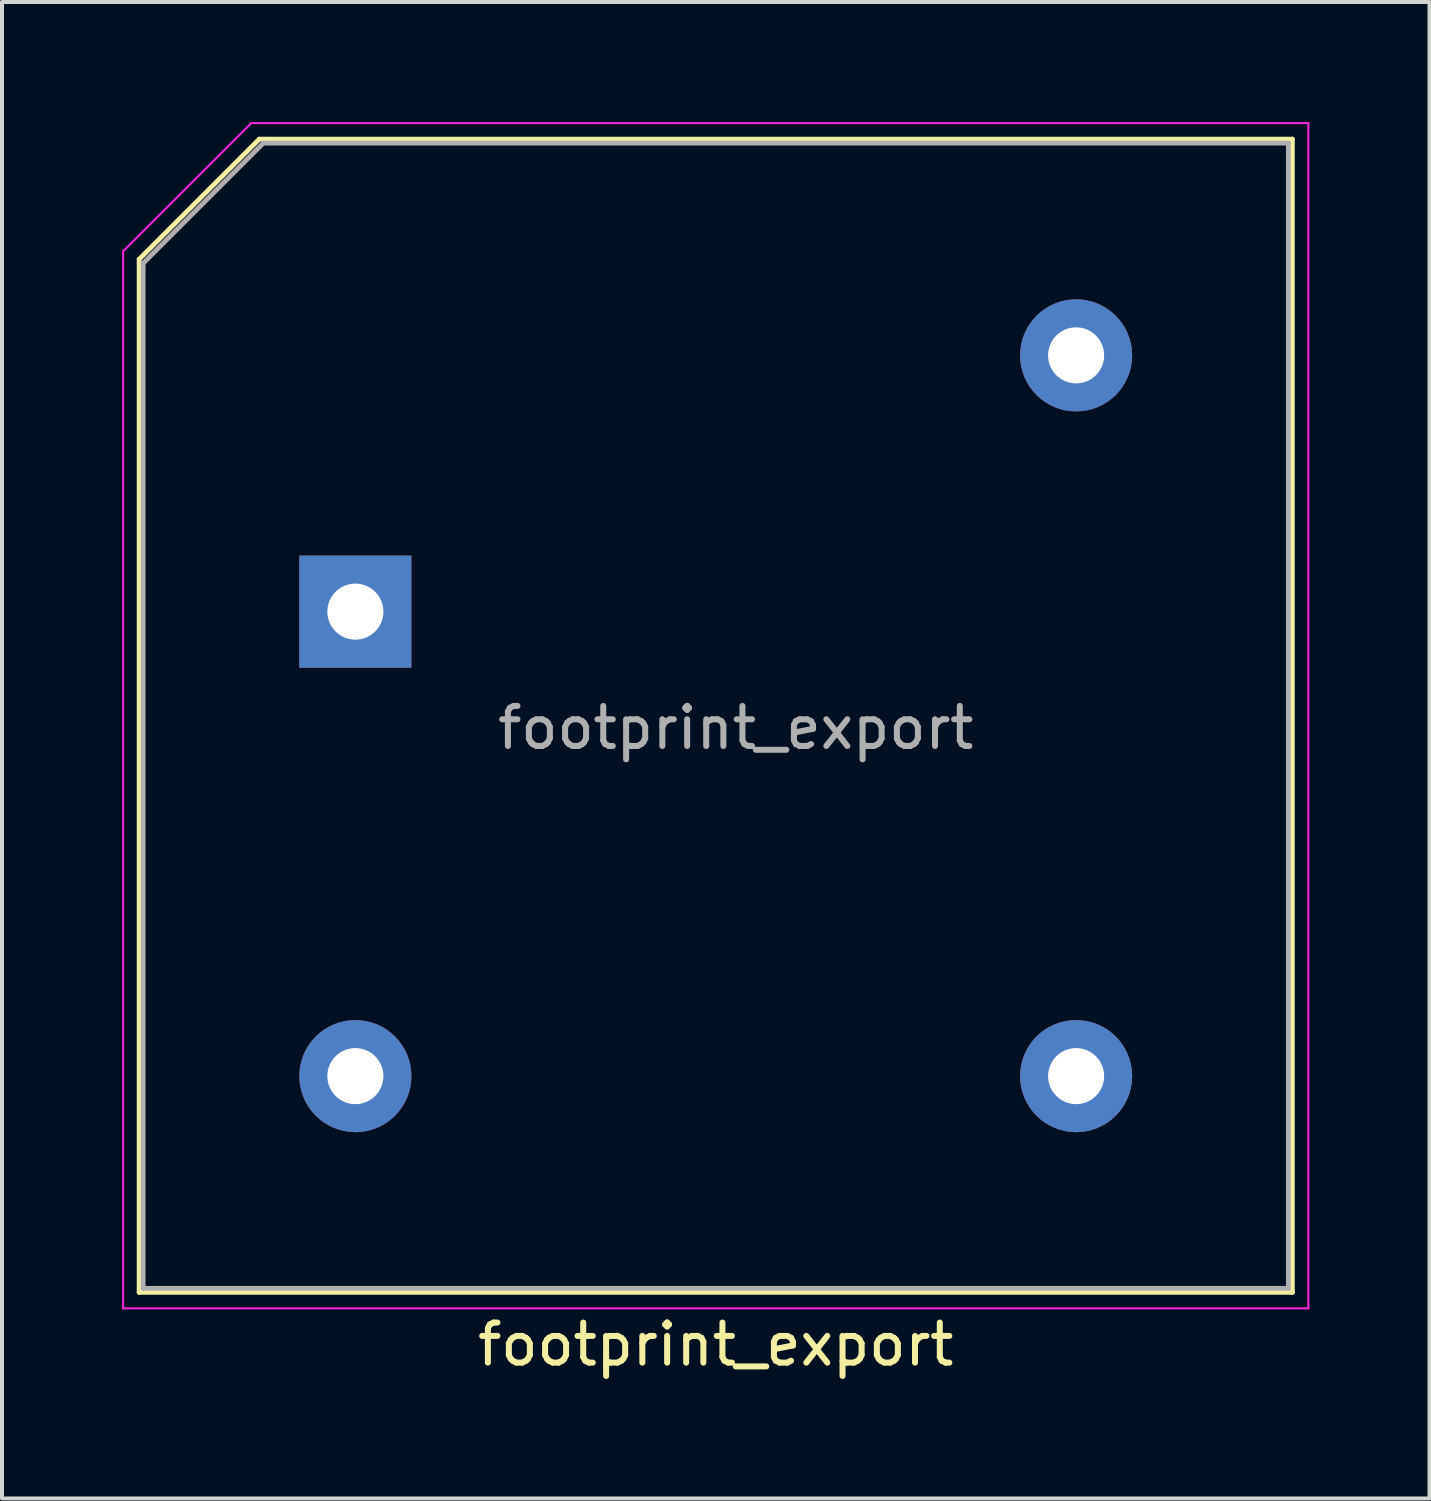
<source format=kicad_pcb>
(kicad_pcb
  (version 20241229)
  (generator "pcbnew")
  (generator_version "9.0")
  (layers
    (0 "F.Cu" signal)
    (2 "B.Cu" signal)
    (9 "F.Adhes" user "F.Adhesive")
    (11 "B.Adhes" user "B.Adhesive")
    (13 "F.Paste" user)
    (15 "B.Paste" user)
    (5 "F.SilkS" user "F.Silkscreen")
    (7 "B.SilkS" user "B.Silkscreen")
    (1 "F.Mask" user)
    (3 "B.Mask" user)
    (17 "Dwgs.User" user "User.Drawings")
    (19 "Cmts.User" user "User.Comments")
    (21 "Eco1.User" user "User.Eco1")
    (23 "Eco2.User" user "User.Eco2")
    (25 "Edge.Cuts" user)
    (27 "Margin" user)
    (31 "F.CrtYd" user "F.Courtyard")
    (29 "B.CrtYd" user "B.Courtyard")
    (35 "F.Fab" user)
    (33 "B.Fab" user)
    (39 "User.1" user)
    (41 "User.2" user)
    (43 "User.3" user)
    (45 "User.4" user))
  (footprint "footprint_export"
    (layer "F.Cu")
    (at 5.825 12.225)
    (property "Reference" "footprint_export" (at 9 18.3 180) (layer "F.SilkS") (effects (font (size 1 1) (thickness 0.15))))
    (attr through_hole)
    (fp_line (start -5.4 -8.8) (end -5.4 17) (stroke (width 0.12) (type solid)) (layer "F.SilkS"))
    (fp_line (start -5.4 17) (end 23.4 17) (stroke (width 0.12) (type solid)) (layer "F.SilkS"))
    (fp_line (start -2.4 -11.8) (end -5.4 -8.8) (stroke (width 0.12) (type solid)) (layer "F.SilkS"))
    (fp_line (start 23.4 -11.8) (end -2.4 -11.8) (stroke (width 0.12) (type solid)) (layer "F.SilkS"))
    (fp_line (start 23.4 17) (end 23.4 -11.8) (stroke (width 0.12) (type solid)) (layer "F.SilkS"))
    (fp_line (start -5.8 -9) (end -5.8 17.4) (stroke (width 0.05) (type solid)) (layer "F.CrtYd"))
    (fp_line (start -5.8 17.4) (end 23.8 17.4) (stroke (width 0.05) (type solid)) (layer "F.CrtYd"))
    (fp_line (start -2.6 -12.2) (end -5.8 -9) (stroke (width 0.05) (type solid)) (layer "F.CrtYd"))
    (fp_line (start 23.8 -12.2) (end -2.6 -12.2) (stroke (width 0.05) (type solid)) (layer "F.CrtYd"))
    (fp_line (start 23.8 17.4) (end 23.8 -12.2) (stroke (width 0.05) (type solid)) (layer "F.CrtYd"))
    (fp_line (start -5.3 -8.7) (end -5.3 16.9) (stroke (width 0.12) (type solid)) (layer "F.Fab"))
    (fp_line (start -5.3 16.9) (end 23.3 16.9) (stroke (width 0.12) (type solid)) (layer "F.Fab"))
    (fp_line (start -2.3 -11.7) (end -5.3 -8.7) (stroke (width 0.12) (type solid)) (layer "F.Fab"))
    (fp_line (start 23.3 -11.7) (end -2.3 -11.7) (stroke (width 0.12) (type solid)) (layer "F.Fab"))
    (fp_line (start 23.3 16.9) (end 23.3 -11.7) (stroke (width 0.12) (type solid)) (layer "F.Fab"))
    (fp_text user "${REFERENCE}" (at 9.5 2.9 180) (layer "F.Fab") (effects (font (size 1 1) (thickness 0.15))))
    (pad "1" thru_hole rect (at 0 0 180) (size 2.8 2.8) (drill 1.4) (layers "*.Cu" "*.Mask"))
    (pad "2" thru_hole circle (at 0 11.6 180) (size 2.8 2.8) (drill 1.4) (layers "*.Cu" "*.Mask"))
    (pad "3" thru_hole circle (at 18 11.6 180) (size 2.8 2.8) (drill 1.4) (layers "*.Cu" "*.Mask"))
    (pad "4" thru_hole circle (at 18 -6.4 180) (size 2.8 2.8) (drill 1.4) (layers "*.Cu" "*.Mask")))
  (gr_rect
    (start -3 -3)
    (end 32.65 34.373)
    (stroke (width 0.1) (type default))
    (fill no)
    (layer "Edge.Cuts")))
</source>
